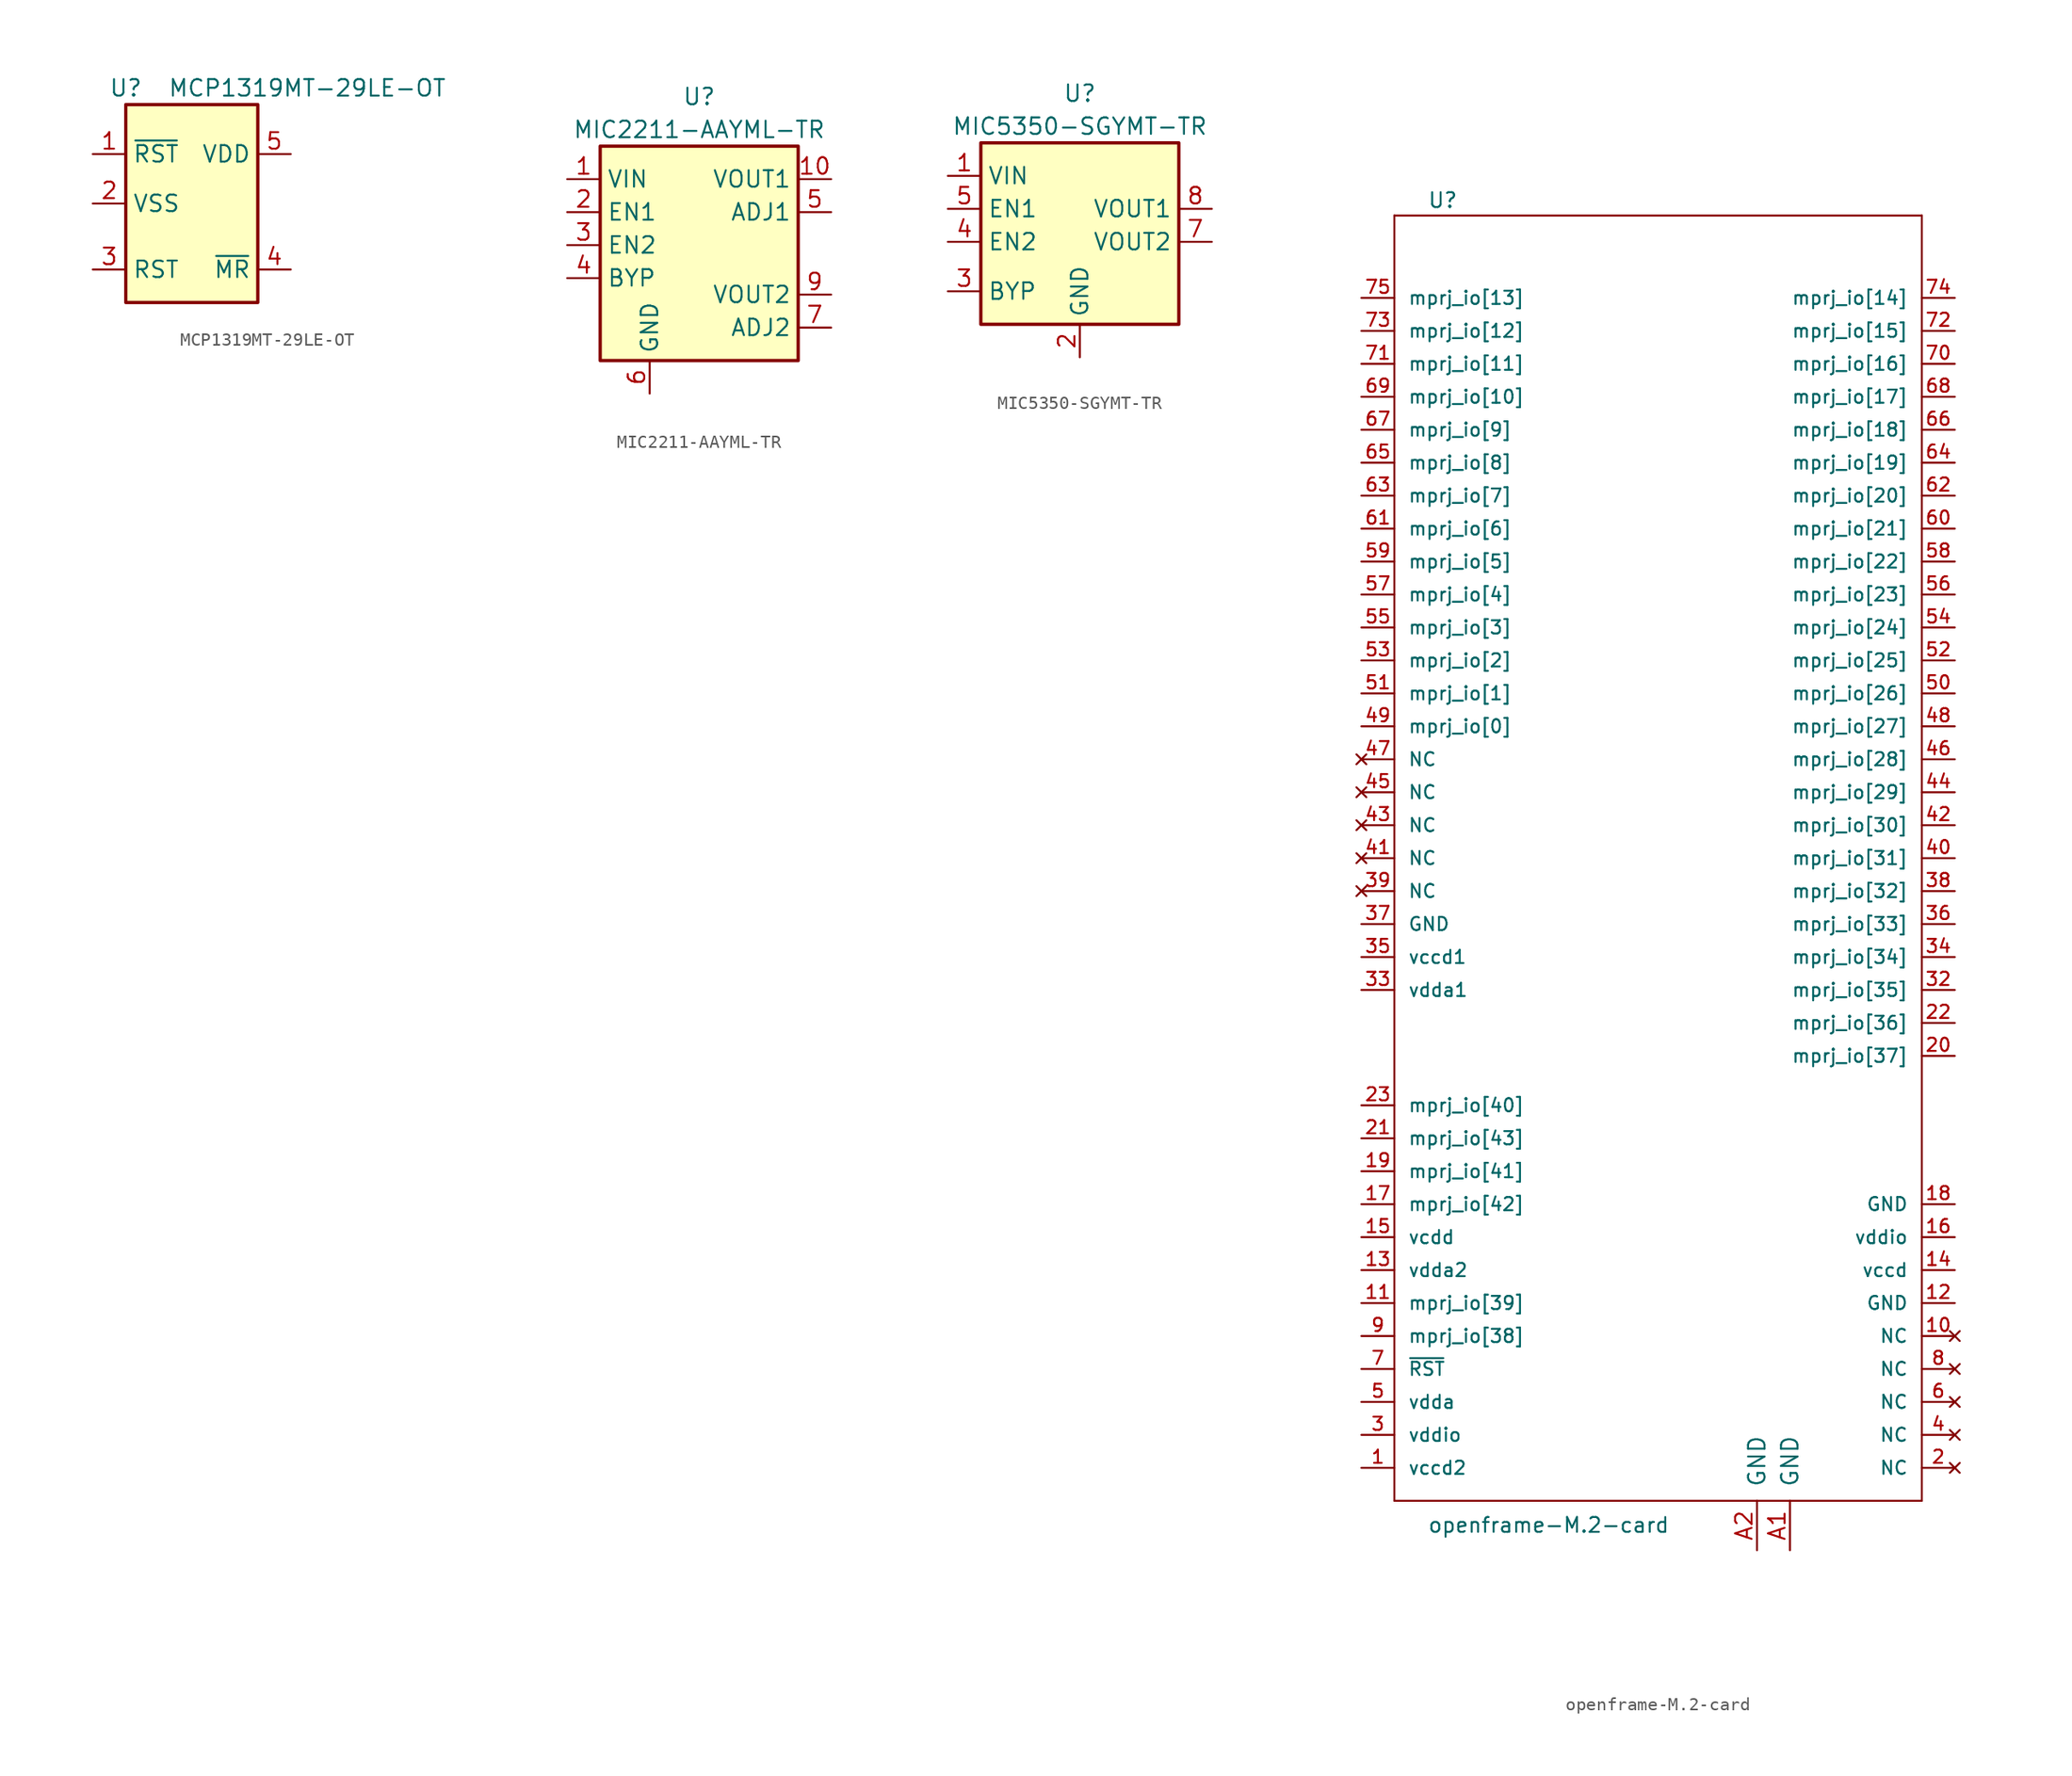
<source format=kicad_sym>
(kicad_symbol_lib
  (version 20231120)
  (generator "kicad_symbol_editor")
  (generator_version "8.0")
  (symbol "MCP1319MT-29LE-OT"
    (property "Reference" "U"
      (at -5.08 8.89 0)
      (effects (font (size 1.27 1.27))))
    (property "Value" "MCP1319MT-29LE-OT"
      (at 8.89 8.89 0)
      (effects (font (size 1.27 1.27))))
    (symbol "MCP1319MT-29LE-OT_0_1"
      (rectangle (start 5.08 7.62) (end -5.08 -7.62) (stroke (width 0.254) (type default)) (fill (type background))))
    (symbol "MCP1319MT-29LE-OT_1_1"
      (pin output line (at -7.62 3.81 0) (length 2.54) (name "~{RST}" (effects (font (size 1.27 1.27)))) (number "1" (effects (font (size 1.27 1.27)))))
      (pin power_in line (at -7.62 0 0) (length 2.54) (name "VSS" (effects (font (size 1.27 1.27)))) (number "2" (effects (font (size 1.27 1.27)))))
      (pin output line (at -7.62 -5.08 0) (length 2.54) (name "RST" (effects (font (size 1.27 1.27)))) (number "3" (effects (font (size 1.27 1.27)))))
      (pin input line (at 7.62 -5.08 180) (length 2.54) (name "~{MR}" (effects (font (size 1.27 1.27)))) (number "4" (effects (font (size 1.27 1.27)))))
      (pin power_in line (at 7.62 3.81 180) (length 2.54) (name "VDD" (effects (font (size 1.27 1.27)))) (number "5" (effects (font (size 1.27 1.27)))))))
  (symbol "MIC2211-AAYML-TR"
    (property "Reference" "U"
      (at 0 8.89 0)
      (effects (font (size 1.27 1.27))))
    (property "Value" "MIC2211-AAYML-TR"
      (at 0 6.35 0)
      (effects (font (size 1.27 1.27))))
    (symbol "MIC2211-AAYML-TR_0_1"
      (rectangle (start -7.62 5.08) (end 7.62 -11.43) (stroke (width 0.254) (type default)) (fill (type background))))
    (symbol "MIC2211-AAYML-TR_1_1"
      (pin power_in line (at -10.16 2.54 0) (length 2.54) (name "VIN" (effects (font (size 1.27 1.27)))) (number "1" (effects (font (size 1.27 1.27)))))
      (pin power_out line (at 10.16 2.54 180) (length 2.54) (name "VOUT1" (effects (font (size 1.27 1.27)))) (number "10" (effects (font (size 1.27 1.27)))))
      (pin input line (at -10.16 0 0) (length 2.54) (name "EN1" (effects (font (size 1.27 1.27)))) (number "2" (effects (font (size 1.27 1.27)))))
      (pin input line (at -10.16 -2.54 0) (length 2.54) (name "EN2" (effects (font (size 1.27 1.27)))) (number "3" (effects (font (size 1.27 1.27)))))
      (pin passive line (at -10.16 -5.08 0) (length 2.54) (name "BYP" (effects (font (size 1.27 1.27)))) (number "4" (effects (font (size 1.27 1.27)))))
      (pin input line (at 10.16 0 180) (length 2.54) (name "ADJ1" (effects (font (size 1.27 1.27)))) (number "5" (effects (font (size 1.27 1.27)))))
      (pin power_in line (at -3.81 -13.97 90) (length 2.54) (name "GND" (effects (font (size 1.27 1.27)))) (number "6" (effects (font (size 1.27 1.27)))))
      (pin input line (at 10.16 -8.89 180) (length 2.54) (name "ADJ2" (effects (font (size 1.27 1.27)))) (number "7" (effects (font (size 1.27 1.27)))))
      (pin no_connect line (at 10.16 -3.81 180) (length 2.54) hide (name "NC" (effects (font (size 1.27 1.27)))) (number "8" (effects (font (size 1.27 1.27)))))
      (pin power_out line (at 10.16 -6.35 180) (length 2.54) (name "VOUT2" (effects (font (size 1.27 1.27)))) (number "9" (effects (font (size 1.27 1.27)))))))
  (symbol "MIC5350-SGYMT-TR"
    (property "Reference" "U"
      (at 0 8.89 0)
      (effects (font (size 1.27 1.27))))
    (property "Value" "MIC5350-SGYMT-TR"
      (at 0 6.35 0)
      (effects (font (size 1.27 1.27))))
    (symbol "MIC5350-SGYMT-TR_0_1"
      (rectangle (start -7.62 5.08) (end 7.62 -8.89) (stroke (width 0.254) (type default)) (fill (type background))))
    (symbol "MIC5350-SGYMT-TR_1_1"
      (pin power_in line (at -10.16 2.54 0) (length 2.54) (name "VIN" (effects (font (size 1.27 1.27)))) (number "1" (effects (font (size 1.27 1.27)))))
      (pin power_in line (at 0 -11.43 90) (length 2.54) (name "GND" (effects (font (size 1.27 1.27)))) (number "2" (effects (font (size 1.27 1.27)))))
      (pin passive line (at -10.16 -6.35 0) (length 2.54) (name "BYP" (effects (font (size 1.27 1.27)))) (number "3" (effects (font (size 1.27 1.27)))))
      (pin input line (at -10.16 -2.54 0) (length 2.54) (name "EN2" (effects (font (size 1.27 1.27)))) (number "4" (effects (font (size 1.27 1.27)))))
      (pin input line (at -10.16 0 0) (length 2.54) (name "EN1" (effects (font (size 1.27 1.27)))) (number "5" (effects (font (size 1.27 1.27)))))
      (pin no_connect line (at 7.62 2.54 180) (length 2.54) hide (name "NC" (effects (font (size 1.27 1.27)))) (number "6" (effects (font (size 1.27 1.27)))))
      (pin power_out line (at 10.16 -2.54 180) (length 2.54) (name "VOUT2" (effects (font (size 1.27 1.27)))) (number "7" (effects (font (size 1.27 1.27)))))
      (pin power_out line (at 10.16 0 180) (length 2.54) (name "VOUT1" (effects (font (size 1.27 1.27)))) (number "8" (effects (font (size 1.27 1.27)))))
      (pin passive line (at 0 -11.43 90) (length 2.54) hide (name "GND" (effects (font (size 1.27 1.27)))) (number "9" (effects (font (size 1.27 1.27)))))))
  (symbol "openframe-M.2-card"
    (pin_names
      (offset 1.016))
    (property "Reference" "U"
      (at -19.05 53.848 0)
      (effects (font (size 1.143 1.143)) (justify left bottom)))
    (property "Value" "openframe-M.2-card"
      (at -19.05 -48.26 0)
      (effects (font (size 1.143 1.143)) (justify left bottom)))
    (symbol "openframe-M.2-card_1_0"
      (polyline (pts (xy -21.59 -45.72) (xy -21.59 53.34)) (stroke (width 0) (type default)) (fill (type none)))
      (polyline (pts (xy -21.59 53.34) (xy 19.05 53.34)) (stroke (width 0) (type default)) (fill (type none)))
      (polyline (pts (xy 19.05 -45.72) (xy -21.59 -45.72)) (stroke (width 0) (type default)) (fill (type none)))
      (polyline (pts (xy 19.05 53.34) (xy 19.05 -45.72)) (stroke (width 0) (type default)) (fill (type none))))
    (symbol "openframe-M.2-card_1_1"
      (pin power_in line (at -24.13 -43.18 0) (length 2.54) (name "vccd2" (effects (font (size 1.016 1.016)))) (number "1" (effects (font (size 1.016 1.016)))))
      (pin no_connect line (at 21.59 -33.02 180) (length 2.54) (name "NC" (effects (font (size 1.016 1.016)))) (number "10" (effects (font (size 1.016 1.016)))))
      (pin bidirectional line (at -24.13 -30.48 0) (length 2.54) (name "mprj_io[39]" (effects (font (size 1.016 1.016)))) (number "11" (effects (font (size 1.016 1.016)))))
      (pin power_in line (at 21.59 -30.48 180) (length 2.54) (name "GND" (effects (font (size 1.016 1.016)))) (number "12" (effects (font (size 1.016 1.016)))))
      (pin power_in line (at -24.13 -27.94 0) (length 2.54) (name "vdda2" (effects (font (size 1.016 1.016)))) (number "13" (effects (font (size 1.016 1.016)))))
      (pin power_in line (at 21.59 -27.94 180) (length 2.54) (name "vccd" (effects (font (size 1.016 1.016)))) (number "14" (effects (font (size 1.016 1.016)))))
      (pin power_in line (at -24.13 -25.4 0) (length 2.54) (name "vcdd" (effects (font (size 1.016 1.016)))) (number "15" (effects (font (size 1.016 1.016)))))
      (pin power_in line (at 21.59 -25.4 180) (length 2.54) (name "vddio" (effects (font (size 1.016 1.016)))) (number "16" (effects (font (size 1.016 1.016)))))
      (pin bidirectional line (at -24.13 -22.86 0) (length 2.54) (name "mprj_io[42]" (effects (font (size 1.016 1.016)))) (number "17" (effects (font (size 1.016 1.016)))))
      (pin power_in line (at 21.59 -22.86 180) (length 2.54) (name "GND" (effects (font (size 1.016 1.016)))) (number "18" (effects (font (size 1.016 1.016)))))
      (pin bidirectional line (at -24.13 -20.32 0) (length 2.54) (name "mprj_io[41]" (effects (font (size 1.016 1.016)))) (number "19" (effects (font (size 1.016 1.016)))))
      (pin no_connect line (at 21.59 -43.18 180) (length 2.54) (name "NC" (effects (font (size 1.016 1.016)))) (number "2" (effects (font (size 1.016 1.016)))))
      (pin bidirectional line (at 21.59 -11.43 180) (length 2.54) (name "mprj_io[37]" (effects (font (size 1.016 1.016)))) (number "20" (effects (font (size 1.016 1.016)))))
      (pin bidirectional line (at -24.13 -17.78 0) (length 2.54) (name "mprj_io[43]" (effects (font (size 1.016 1.016)))) (number "21" (effects (font (size 1.016 1.016)))))
      (pin bidirectional line (at 21.59 -8.89 180) (length 2.54) (name "mprj_io[36]" (effects (font (size 1.016 1.016)))) (number "22" (effects (font (size 1.016 1.016)))))
      (pin bidirectional line (at -24.13 -15.24 0) (length 2.54) (name "mprj_io[40]" (effects (font (size 1.016 1.016)))) (number "23" (effects (font (size 1.016 1.016)))))
      (pin power_in line (at -24.13 -40.64 0) (length 2.54) (name "vddio" (effects (font (size 1.016 1.016)))) (number "3" (effects (font (size 1.016 1.016)))))
      (pin bidirectional line (at 21.59 -6.35 180) (length 2.54) (name "mprj_io[35]" (effects (font (size 1.016 1.016)))) (number "32" (effects (font (size 1.016 1.016)))))
      (pin power_in line (at -24.13 -6.35 0) (length 2.54) (name "vdda1" (effects (font (size 1.016 1.016)))) (number "33" (effects (font (size 1.016 1.016)))))
      (pin bidirectional line (at 21.59 -3.81 180) (length 2.54) (name "mprj_io[34]" (effects (font (size 1.016 1.016)))) (number "34" (effects (font (size 1.016 1.016)))))
      (pin power_in line (at -24.13 -3.81 0) (length 2.54) (name "vccd1" (effects (font (size 1.016 1.016)))) (number "35" (effects (font (size 1.016 1.016)))))
      (pin bidirectional line (at 21.59 -1.27 180) (length 2.54) (name "mprj_io[33]" (effects (font (size 1.016 1.016)))) (number "36" (effects (font (size 1.016 1.016)))))
      (pin power_in line (at -24.13 -1.27 0) (length 2.54) (name "GND" (effects (font (size 1.016 1.016)))) (number "37" (effects (font (size 1.016 1.016)))))
      (pin bidirectional line (at 21.59 1.27 180) (length 2.54) (name "mprj_io[32]" (effects (font (size 1.016 1.016)))) (number "38" (effects (font (size 1.016 1.016)))))
      (pin no_connect line (at -24.13 1.27 0) (length 2.54) (name "NC" (effects (font (size 1.016 1.016)))) (number "39" (effects (font (size 1.016 1.016)))))
      (pin no_connect line (at 21.59 -40.64 180) (length 2.54) (name "NC" (effects (font (size 1.016 1.016)))) (number "4" (effects (font (size 1.016 1.016)))))
      (pin bidirectional line (at 21.59 3.81 180) (length 2.54) (name "mprj_io[31]" (effects (font (size 1.016 1.016)))) (number "40" (effects (font (size 1.016 1.016)))))
      (pin no_connect line (at -24.13 3.81 0) (length 2.54) (name "NC" (effects (font (size 1.016 1.016)))) (number "41" (effects (font (size 1.016 1.016)))))
      (pin bidirectional line (at 21.59 6.35 180) (length 2.54) (name "mprj_io[30]" (effects (font (size 1.016 1.016)))) (number "42" (effects (font (size 1.016 1.016)))))
      (pin no_connect line (at -24.13 6.35 0) (length 2.54) (name "NC" (effects (font (size 1.016 1.016)))) (number "43" (effects (font (size 1.016 1.016)))))
      (pin bidirectional line (at 21.59 8.89 180) (length 2.54) (name "mprj_io[29]" (effects (font (size 1.016 1.016)))) (number "44" (effects (font (size 1.016 1.016)))))
      (pin no_connect line (at -24.13 8.89 0) (length 2.54) (name "NC" (effects (font (size 1.016 1.016)))) (number "45" (effects (font (size 1.016 1.016)))))
      (pin bidirectional line (at 21.59 11.43 180) (length 2.54) (name "mprj_io[28]" (effects (font (size 1.016 1.016)))) (number "46" (effects (font (size 1.016 1.016)))))
      (pin no_connect line (at -24.13 11.43 0) (length 2.54) (name "NC" (effects (font (size 1.016 1.016)))) (number "47" (effects (font (size 1.016 1.016)))))
      (pin bidirectional line (at 21.59 13.97 180) (length 2.54) (name "mprj_io[27]" (effects (font (size 1.016 1.016)))) (number "48" (effects (font (size 1.016 1.016)))))
      (pin bidirectional line (at -24.13 13.97 0) (length 2.54) (name "mprj_io[0]" (effects (font (size 1.016 1.016)))) (number "49" (effects (font (size 1.016 1.016)))))
      (pin power_in line (at -24.13 -38.1 0) (length 2.54) (name "vdda" (effects (font (size 1.016 1.016)))) (number "5" (effects (font (size 1.016 1.016)))))
      (pin bidirectional line (at 21.59 16.51 180) (length 2.54) (name "mprj_io[26]" (effects (font (size 1.016 1.016)))) (number "50" (effects (font (size 1.016 1.016)))))
      (pin bidirectional line (at -24.13 16.51 0) (length 2.54) (name "mprj_io[1]" (effects (font (size 1.016 1.016)))) (number "51" (effects (font (size 1.016 1.016)))))
      (pin bidirectional line (at 21.59 19.05 180) (length 2.54) (name "mprj_io[25]" (effects (font (size 1.016 1.016)))) (number "52" (effects (font (size 1.016 1.016)))))
      (pin bidirectional line (at -24.13 19.05 0) (length 2.54) (name "mprj_io[2]" (effects (font (size 1.016 1.016)))) (number "53" (effects (font (size 1.016 1.016)))))
      (pin bidirectional line (at 21.59 21.59 180) (length 2.54) (name "mprj_io[24]" (effects (font (size 1.016 1.016)))) (number "54" (effects (font (size 1.016 1.016)))))
      (pin bidirectional line (at -24.13 21.59 0) (length 2.54) (name "mprj_io[3]" (effects (font (size 1.016 1.016)))) (number "55" (effects (font (size 1.016 1.016)))))
      (pin bidirectional line (at 21.59 24.13 180) (length 2.54) (name "mprj_io[23]" (effects (font (size 1.016 1.016)))) (number "56" (effects (font (size 1.016 1.016)))))
      (pin bidirectional line (at -24.13 24.13 0) (length 2.54) (name "mprj_io[4]" (effects (font (size 1.016 1.016)))) (number "57" (effects (font (size 1.016 1.016)))))
      (pin bidirectional line (at 21.59 26.67 180) (length 2.54) (name "mprj_io[22]" (effects (font (size 1.016 1.016)))) (number "58" (effects (font (size 1.016 1.016)))))
      (pin bidirectional line (at -24.13 26.67 0) (length 2.54) (name "mprj_io[5]" (effects (font (size 1.016 1.016)))) (number "59" (effects (font (size 1.016 1.016)))))
      (pin no_connect line (at 21.59 -38.1 180) (length 2.54) (name "NC" (effects (font (size 1.016 1.016)))) (number "6" (effects (font (size 1.016 1.016)))))
      (pin bidirectional line (at 21.59 29.21 180) (length 2.54) (name "mprj_io[21]" (effects (font (size 1.016 1.016)))) (number "60" (effects (font (size 1.016 1.016)))))
      (pin bidirectional line (at -24.13 29.21 0) (length 2.54) (name "mprj_io[6]" (effects (font (size 1.016 1.016)))) (number "61" (effects (font (size 1.016 1.016)))))
      (pin bidirectional line (at 21.59 31.75 180) (length 2.54) (name "mprj_io[20]" (effects (font (size 1.016 1.016)))) (number "62" (effects (font (size 1.016 1.016)))))
      (pin bidirectional line (at -24.13 31.75 0) (length 2.54) (name "mprj_io[7]" (effects (font (size 1.016 1.016)))) (number "63" (effects (font (size 1.016 1.016)))))
      (pin bidirectional line (at 21.59 34.29 180) (length 2.54) (name "mprj_io[19]" (effects (font (size 1.016 1.016)))) (number "64" (effects (font (size 1.016 1.016)))))
      (pin bidirectional line (at -24.13 34.29 0) (length 2.54) (name "mprj_io[8]" (effects (font (size 1.016 1.016)))) (number "65" (effects (font (size 1.016 1.016)))))
      (pin bidirectional line (at 21.59 36.83 180) (length 2.54) (name "mprj_io[18]" (effects (font (size 1.016 1.016)))) (number "66" (effects (font (size 1.016 1.016)))))
      (pin bidirectional line (at -24.13 36.83 0) (length 2.54) (name "mprj_io[9]" (effects (font (size 1.016 1.016)))) (number "67" (effects (font (size 1.016 1.016)))))
      (pin bidirectional line (at 21.59 39.37 180) (length 2.54) (name "mprj_io[17]" (effects (font (size 1.016 1.016)))) (number "68" (effects (font (size 1.016 1.016)))))
      (pin bidirectional line (at -24.13 39.37 0) (length 2.54) (name "mprj_io[10]" (effects (font (size 1.016 1.016)))) (number "69" (effects (font (size 1.016 1.016)))))
      (pin input line (at -24.13 -35.56 0) (length 2.54) (name "~{RST}" (effects (font (size 1.016 1.016)))) (number "7" (effects (font (size 1.016 1.016)))))
      (pin bidirectional line (at 21.59 41.91 180) (length 2.54) (name "mprj_io[16]" (effects (font (size 1.016 1.016)))) (number "70" (effects (font (size 1.016 1.016)))))
      (pin bidirectional line (at -24.13 41.91 0) (length 2.54) (name "mprj_io[11]" (effects (font (size 1.016 1.016)))) (number "71" (effects (font (size 1.016 1.016)))))
      (pin bidirectional line (at 21.59 44.45 180) (length 2.54) (name "mprj_io[15]" (effects (font (size 1.016 1.016)))) (number "72" (effects (font (size 1.016 1.016)))))
      (pin bidirectional line (at -24.13 44.45 0) (length 2.54) (name "mprj_io[12]" (effects (font (size 1.016 1.016)))) (number "73" (effects (font (size 1.016 1.016)))))
      (pin bidirectional line (at 21.59 46.99 180) (length 2.54) (name "mprj_io[14]" (effects (font (size 1.016 1.016)))) (number "74" (effects (font (size 1.016 1.016)))))
      (pin bidirectional line (at -24.13 46.99 0) (length 2.54) (name "mprj_io[13]" (effects (font (size 1.016 1.016)))) (number "75" (effects (font (size 1.016 1.016)))))
      (pin no_connect line (at 21.59 -35.56 180) (length 2.54) (name "NC" (effects (font (size 1.016 1.016)))) (number "8" (effects (font (size 1.016 1.016)))))
      (pin bidirectional line (at -24.13 -33.02 0) (length 2.54) (name "mprj_io[38]" (effects (font (size 1.016 1.016)))) (number "9" (effects (font (size 1.016 1.016)))))
      (pin power_in line (at 8.89 -49.53 90) (length 3.81) (name "GND" (effects (font (size 1.27 1.27)))) (number "A1" (effects (font (size 1.27 1.27)))))
      (pin power_in line (at 6.35 -49.53 90) (length 3.81) (name "GND" (effects (font (size 1.27 1.27)))) (number "A2" (effects (font (size 1.27 1.27))))))))
</source>
